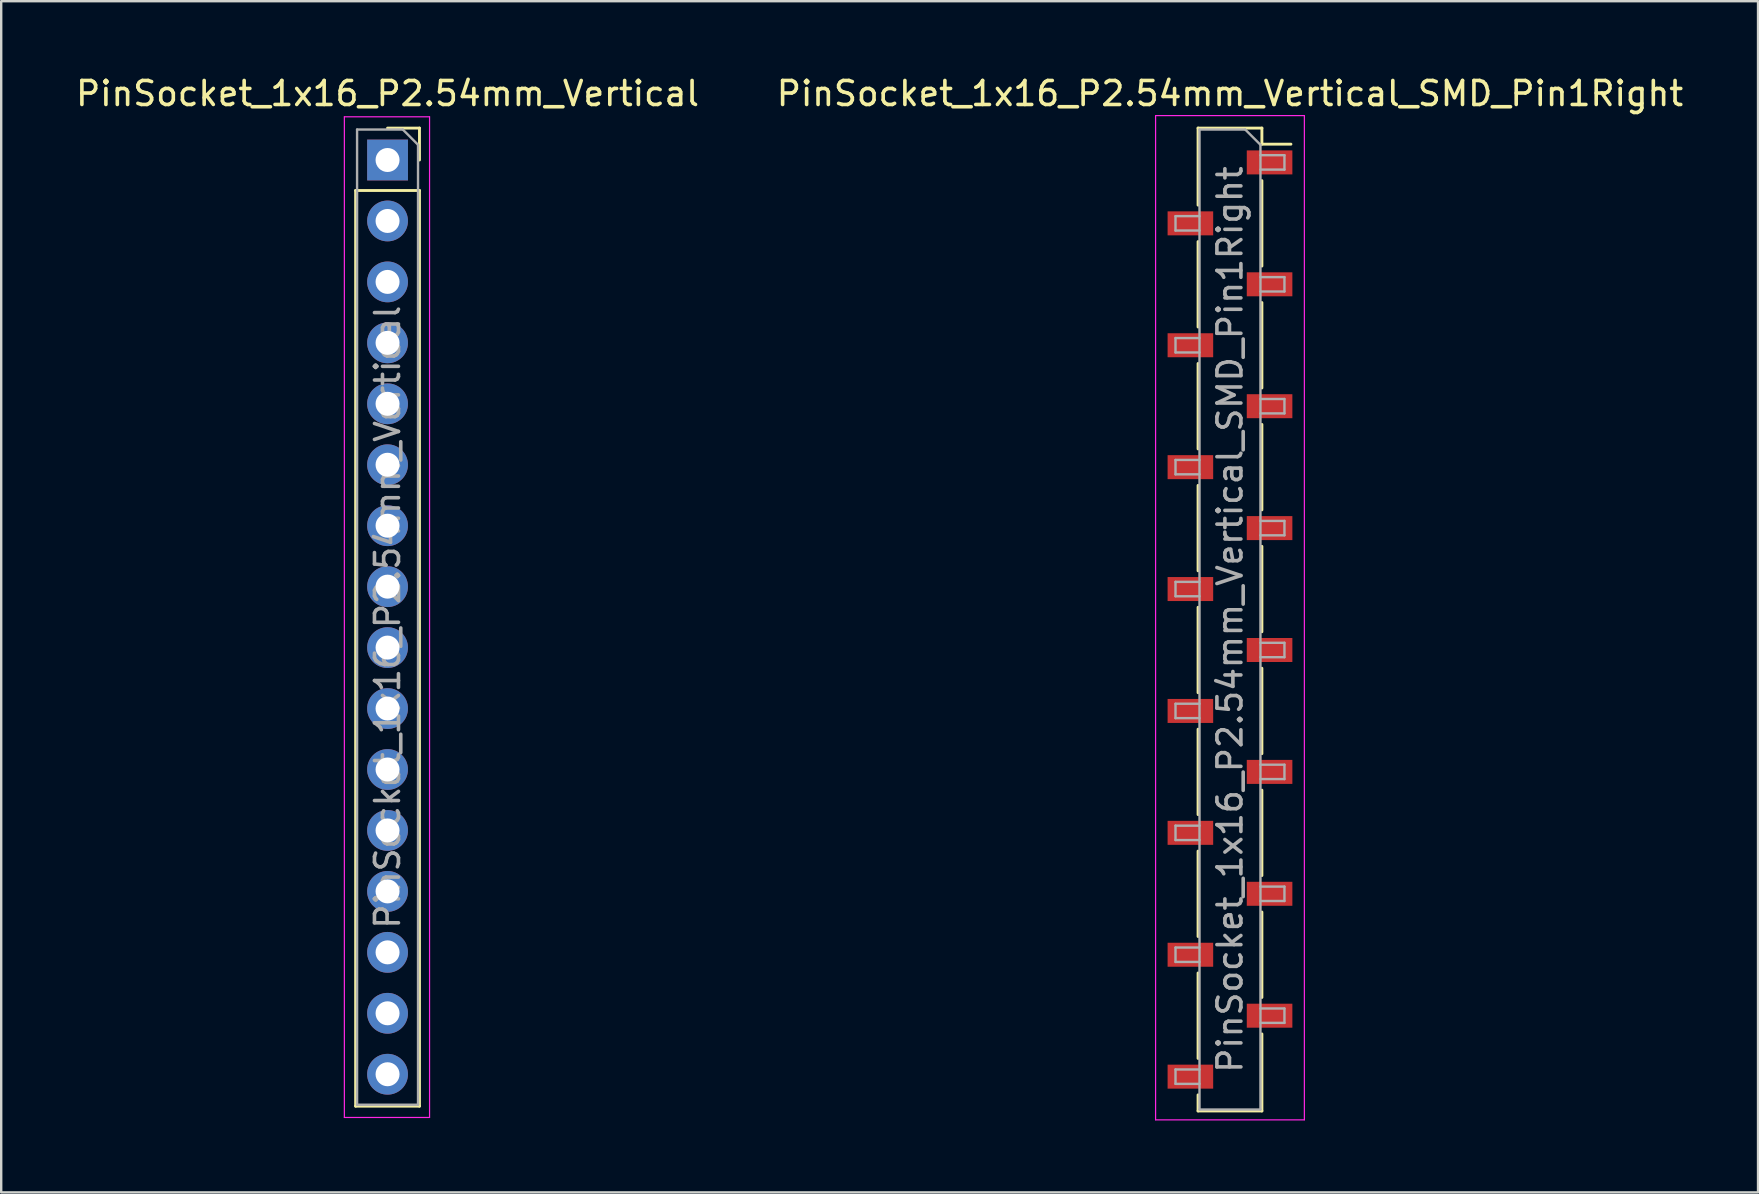
<source format=kicad_pcb>
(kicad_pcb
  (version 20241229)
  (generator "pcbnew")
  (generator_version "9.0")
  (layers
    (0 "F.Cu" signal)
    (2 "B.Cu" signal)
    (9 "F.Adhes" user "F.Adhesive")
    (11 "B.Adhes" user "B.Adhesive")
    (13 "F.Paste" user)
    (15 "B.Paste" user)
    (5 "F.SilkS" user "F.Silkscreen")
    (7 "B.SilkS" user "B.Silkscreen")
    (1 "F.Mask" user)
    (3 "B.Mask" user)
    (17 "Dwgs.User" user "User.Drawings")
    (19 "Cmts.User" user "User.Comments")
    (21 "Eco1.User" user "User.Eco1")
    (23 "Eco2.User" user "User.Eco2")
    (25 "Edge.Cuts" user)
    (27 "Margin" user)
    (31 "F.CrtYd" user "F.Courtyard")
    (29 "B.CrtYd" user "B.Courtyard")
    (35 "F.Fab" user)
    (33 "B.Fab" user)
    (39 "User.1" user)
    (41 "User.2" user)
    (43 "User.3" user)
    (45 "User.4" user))
  (footprint "PinSocket_1x16_P2.54mm_Vertical_SMD_Pin1Right"
    (layer "F.Cu")
    (at 48.208 22.768)
    (property "Reference" "PinSocket_1x16_P2.54mm_Vertical_SMD_Pin1Right" (at 0 -21.92 0) (layer "F.SilkS") (effects (font (size 1 1) (thickness 0.15))))
    (attr smd)
    (fp_line (start -1.33 -20.48) (end -1.33 -17.27) (stroke (width 0.12) (type solid)) (layer "F.SilkS"))
    (fp_line (start -1.33 -20.48) (end 1.33 -20.48) (stroke (width 0.12) (type solid)) (layer "F.SilkS"))
    (fp_line (start -1.33 -15.75) (end -1.33 -12.19) (stroke (width 0.12) (type solid)) (layer "F.SilkS"))
    (fp_line (start -1.33 -10.67) (end -1.33 -7.11) (stroke (width 0.12) (type solid)) (layer "F.SilkS"))
    (fp_line (start -1.33 -5.59) (end -1.33 -2.03) (stroke (width 0.12) (type solid)) (layer "F.SilkS"))
    (fp_line (start -1.33 -0.51) (end -1.33 3.05) (stroke (width 0.12) (type solid)) (layer "F.SilkS"))
    (fp_line (start -1.33 4.57) (end -1.33 8.13) (stroke (width 0.12) (type solid)) (layer "F.SilkS"))
    (fp_line (start -1.33 9.65) (end -1.33 13.21) (stroke (width 0.12) (type solid)) (layer "F.SilkS"))
    (fp_line (start -1.33 14.73) (end -1.33 18.29) (stroke (width 0.12) (type solid)) (layer "F.SilkS"))
    (fp_line (start -1.33 19.81) (end -1.33 20.48) (stroke (width 0.12) (type solid)) (layer "F.SilkS"))
    (fp_line (start -1.33 20.48) (end 1.33 20.48) (stroke (width 0.12) (type solid)) (layer "F.SilkS"))
    (fp_line (start 1.33 -20.48) (end 1.33 -19.81) (stroke (width 0.12) (type solid)) (layer "F.SilkS"))
    (fp_line (start 1.33 -19.81) (end 2.54 -19.81) (stroke (width 0.12) (type solid)) (layer "F.SilkS"))
    (fp_line (start 1.33 -18.29) (end 1.33 -14.73) (stroke (width 0.12) (type solid)) (layer "F.SilkS"))
    (fp_line (start 1.33 -13.21) (end 1.33 -9.65) (stroke (width 0.12) (type solid)) (layer "F.SilkS"))
    (fp_line (start 1.33 -8.13) (end 1.33 -4.57) (stroke (width 0.12) (type solid)) (layer "F.SilkS"))
    (fp_line (start 1.33 -3.05) (end 1.33 0.51) (stroke (width 0.12) (type solid)) (layer "F.SilkS"))
    (fp_line (start 1.33 2.03) (end 1.33 5.59) (stroke (width 0.12) (type solid)) (layer "F.SilkS"))
    (fp_line (start 1.33 7.11) (end 1.33 10.67) (stroke (width 0.12) (type solid)) (layer "F.SilkS"))
    (fp_line (start 1.33 12.19) (end 1.33 15.75) (stroke (width 0.12) (type solid)) (layer "F.SilkS"))
    (fp_line (start 1.33 17.27) (end 1.33 20.48) (stroke (width 0.12) (type solid)) (layer "F.SilkS"))
    (fp_line (start -3.1 -21) (end 3.1 -21) (stroke (width 0.05) (type solid)) (layer "F.CrtYd"))
    (fp_line (start -3.1 20.85) (end -3.1 -21) (stroke (width 0.05) (type solid)) (layer "F.CrtYd"))
    (fp_line (start 3.1 -21) (end 3.1 20.85) (stroke (width 0.05) (type solid)) (layer "F.CrtYd"))
    (fp_line (start 3.1 20.85) (end -3.1 20.85) (stroke (width 0.05) (type solid)) (layer "F.CrtYd"))
    (fp_line (start -2.27 -16.81) (end -1.27 -16.81) (stroke (width 0.1) (type solid)) (layer "F.Fab"))
    (fp_line (start -2.27 -16.21) (end -2.27 -16.81) (stroke (width 0.1) (type solid)) (layer "F.Fab"))
    (fp_line (start -2.27 -11.73) (end -1.27 -11.73) (stroke (width 0.1) (type solid)) (layer "F.Fab"))
    (fp_line (start -2.27 -11.13) (end -2.27 -11.73) (stroke (width 0.1) (type solid)) (layer "F.Fab"))
    (fp_line (start -2.27 -6.65) (end -1.27 -6.65) (stroke (width 0.1) (type solid)) (layer "F.Fab"))
    (fp_line (start -2.27 -6.05) (end -2.27 -6.65) (stroke (width 0.1) (type solid)) (layer "F.Fab"))
    (fp_line (start -2.27 -1.57) (end -1.27 -1.57) (stroke (width 0.1) (type solid)) (layer "F.Fab"))
    (fp_line (start -2.27 -0.97) (end -2.27 -1.57) (stroke (width 0.1) (type solid)) (layer "F.Fab"))
    (fp_line (start -2.27 3.51) (end -1.27 3.51) (stroke (width 0.1) (type solid)) (layer "F.Fab"))
    (fp_line (start -2.27 4.11) (end -2.27 3.51) (stroke (width 0.1) (type solid)) (layer "F.Fab"))
    (fp_line (start -2.27 8.59) (end -1.27 8.59) (stroke (width 0.1) (type solid)) (layer "F.Fab"))
    (fp_line (start -2.27 9.19) (end -2.27 8.59) (stroke (width 0.1) (type solid)) (layer "F.Fab"))
    (fp_line (start -2.27 13.67) (end -1.27 13.67) (stroke (width 0.1) (type solid)) (layer "F.Fab"))
    (fp_line (start -2.27 14.27) (end -2.27 13.67) (stroke (width 0.1) (type solid)) (layer "F.Fab"))
    (fp_line (start -2.27 18.75) (end -1.27 18.75) (stroke (width 0.1) (type solid)) (layer "F.Fab"))
    (fp_line (start -2.27 19.35) (end -2.27 18.75) (stroke (width 0.1) (type solid)) (layer "F.Fab"))
    (fp_line (start -1.27 -20.42) (end 0.635 -20.42) (stroke (width 0.1) (type solid)) (layer "F.Fab"))
    (fp_line (start -1.27 -16.21) (end -2.27 -16.21) (stroke (width 0.1) (type solid)) (layer "F.Fab"))
    (fp_line (start -1.27 -11.13) (end -2.27 -11.13) (stroke (width 0.1) (type solid)) (layer "F.Fab"))
    (fp_line (start -1.27 -6.05) (end -2.27 -6.05) (stroke (width 0.1) (type solid)) (layer "F.Fab"))
    (fp_line (start -1.27 -0.97) (end -2.27 -0.97) (stroke (width 0.1) (type solid)) (layer "F.Fab"))
    (fp_line (start -1.27 4.11) (end -2.27 4.11) (stroke (width 0.1) (type solid)) (layer "F.Fab"))
    (fp_line (start -1.27 9.19) (end -2.27 9.19) (stroke (width 0.1) (type solid)) (layer "F.Fab"))
    (fp_line (start -1.27 14.27) (end -2.27 14.27) (stroke (width 0.1) (type solid)) (layer "F.Fab"))
    (fp_line (start -1.27 19.35) (end -2.27 19.35) (stroke (width 0.1) (type solid)) (layer "F.Fab"))
    (fp_line (start -1.27 20.42) (end -1.27 -20.42) (stroke (width 0.1) (type solid)) (layer "F.Fab"))
    (fp_line (start 0.635 -20.42) (end 1.27 -19.785) (stroke (width 0.1) (type solid)) (layer "F.Fab"))
    (fp_line (start 1.27 -19.785) (end 1.27 20.42) (stroke (width 0.1) (type solid)) (layer "F.Fab"))
    (fp_line (start 1.27 -19.35) (end 2.27 -19.35) (stroke (width 0.1) (type solid)) (layer "F.Fab"))
    (fp_line (start 1.27 -14.27) (end 2.27 -14.27) (stroke (width 0.1) (type solid)) (layer "F.Fab"))
    (fp_line (start 1.27 -9.19) (end 2.27 -9.19) (stroke (width 0.1) (type solid)) (layer "F.Fab"))
    (fp_line (start 1.27 -4.11) (end 2.27 -4.11) (stroke (width 0.1) (type solid)) (layer "F.Fab"))
    (fp_line (start 1.27 0.97) (end 2.27 0.97) (stroke (width 0.1) (type solid)) (layer "F.Fab"))
    (fp_line (start 1.27 6.05) (end 2.27 6.05) (stroke (width 0.1) (type solid)) (layer "F.Fab"))
    (fp_line (start 1.27 11.13) (end 2.27 11.13) (stroke (width 0.1) (type solid)) (layer "F.Fab"))
    (fp_line (start 1.27 16.21) (end 2.27 16.21) (stroke (width 0.1) (type solid)) (layer "F.Fab"))
    (fp_line (start 1.27 20.42) (end -1.27 20.42) (stroke (width 0.1) (type solid)) (layer "F.Fab"))
    (fp_line (start 2.27 -19.35) (end 2.27 -18.75) (stroke (width 0.1) (type solid)) (layer "F.Fab"))
    (fp_line (start 2.27 -18.75) (end 1.27 -18.75) (stroke (width 0.1) (type solid)) (layer "F.Fab"))
    (fp_line (start 2.27 -14.27) (end 2.27 -13.67) (stroke (width 0.1) (type solid)) (layer "F.Fab"))
    (fp_line (start 2.27 -13.67) (end 1.27 -13.67) (stroke (width 0.1) (type solid)) (layer "F.Fab"))
    (fp_line (start 2.27 -9.19) (end 2.27 -8.59) (stroke (width 0.1) (type solid)) (layer "F.Fab"))
    (fp_line (start 2.27 -8.59) (end 1.27 -8.59) (stroke (width 0.1) (type solid)) (layer "F.Fab"))
    (fp_line (start 2.27 -4.11) (end 2.27 -3.51) (stroke (width 0.1) (type solid)) (layer "F.Fab"))
    (fp_line (start 2.27 -3.51) (end 1.27 -3.51) (stroke (width 0.1) (type solid)) (layer "F.Fab"))
    (fp_line (start 2.27 0.97) (end 2.27 1.57) (stroke (width 0.1) (type solid)) (layer "F.Fab"))
    (fp_line (start 2.27 1.57) (end 1.27 1.57) (stroke (width 0.1) (type solid)) (layer "F.Fab"))
    (fp_line (start 2.27 6.05) (end 2.27 6.65) (stroke (width 0.1) (type solid)) (layer "F.Fab"))
    (fp_line (start 2.27 6.65) (end 1.27 6.65) (stroke (width 0.1) (type solid)) (layer "F.Fab"))
    (fp_line (start 2.27 11.13) (end 2.27 11.73) (stroke (width 0.1) (type solid)) (layer "F.Fab"))
    (fp_line (start 2.27 11.73) (end 1.27 11.73) (stroke (width 0.1) (type solid)) (layer "F.Fab"))
    (fp_line (start 2.27 16.21) (end 2.27 16.81) (stroke (width 0.1) (type solid)) (layer "F.Fab"))
    (fp_line (start 2.27 16.81) (end 1.27 16.81) (stroke (width 0.1) (type solid)) (layer "F.Fab"))
    (fp_text user "${REFERENCE}" (at 0 0 90) (layer "F.Fab") (effects (font (size 1 1) (thickness 0.15))))
    (pad "1" smd rect (at 1.65 -19.05) (size 1.9 1) (layers "F.Cu" "F.Mask" "F.Paste"))
    (pad "2" smd rect (at -1.65 -16.51) (size 1.9 1) (layers "F.Cu" "F.Mask" "F.Paste"))
    (pad "3" smd rect (at 1.65 -13.97) (size 1.9 1) (layers "F.Cu" "F.Mask" "F.Paste"))
    (pad "4" smd rect (at -1.65 -11.43) (size 1.9 1) (layers "F.Cu" "F.Mask" "F.Paste"))
    (pad "5" smd rect (at 1.65 -8.89) (size 1.9 1) (layers "F.Cu" "F.Mask" "F.Paste"))
    (pad "6" smd rect (at -1.65 -6.35) (size 1.9 1) (layers "F.Cu" "F.Mask" "F.Paste"))
    (pad "7" smd rect (at 1.65 -3.81) (size 1.9 1) (layers "F.Cu" "F.Mask" "F.Paste"))
    (pad "8" smd rect (at -1.65 -1.27) (size 1.9 1) (layers "F.Cu" "F.Mask" "F.Paste"))
    (pad "9" smd rect (at 1.65 1.27) (size 1.9 1) (layers "F.Cu" "F.Mask" "F.Paste"))
    (pad "10" smd rect (at -1.65 3.81) (size 1.9 1) (layers "F.Cu" "F.Mask" "F.Paste"))
    (pad "11" smd rect (at 1.65 6.35) (size 1.9 1) (layers "F.Cu" "F.Mask" "F.Paste"))
    (pad "12" smd rect (at -1.65 8.89) (size 1.9 1) (layers "F.Cu" "F.Mask" "F.Paste"))
    (pad "13" smd rect (at 1.65 11.43) (size 1.9 1) (layers "F.Cu" "F.Mask" "F.Paste"))
    (pad "14" smd rect (at -1.65 13.97) (size 1.9 1) (layers "F.Cu" "F.Mask" "F.Paste"))
    (pad "15" smd rect (at 1.65 16.51) (size 1.9 1) (layers "F.Cu" "F.Mask" "F.Paste"))
    (pad "16" smd rect (at -1.65 19.05) (size 1.9 1) (layers "F.Cu" "F.Mask" "F.Paste")))
  (footprint "PinSocket_1x16_P2.54mm_Vertical"
    (layer "F.Cu")
    (at 13.101 3.618)
    (property "Reference" "PinSocket_1x16_P2.54mm_Vertical" (at 0 -2.77 0) (layer "F.SilkS") (effects (font (size 1 1) (thickness 0.15))))
    (attr through_hole)
    (fp_line (start -1.33 1.27) (end -1.33 39.43) (stroke (width 0.12) (type solid)) (layer "F.SilkS"))
    (fp_line (start -1.33 1.27) (end 1.33 1.27) (stroke (width 0.12) (type solid)) (layer "F.SilkS"))
    (fp_line (start -1.33 39.43) (end 1.33 39.43) (stroke (width 0.12) (type solid)) (layer "F.SilkS"))
    (fp_line (start 0 -1.33) (end 1.33 -1.33) (stroke (width 0.12) (type solid)) (layer "F.SilkS"))
    (fp_line (start 1.33 -1.33) (end 1.33 0) (stroke (width 0.12) (type solid)) (layer "F.SilkS"))
    (fp_line (start 1.33 1.27) (end 1.33 39.43) (stroke (width 0.12) (type solid)) (layer "F.SilkS"))
    (fp_line (start -1.8 -1.8) (end 1.75 -1.8) (stroke (width 0.05) (type solid)) (layer "F.CrtYd"))
    (fp_line (start -1.8 39.9) (end -1.8 -1.8) (stroke (width 0.05) (type solid)) (layer "F.CrtYd"))
    (fp_line (start 1.75 -1.8) (end 1.75 39.9) (stroke (width 0.05) (type solid)) (layer "F.CrtYd"))
    (fp_line (start 1.75 39.9) (end -1.8 39.9) (stroke (width 0.05) (type solid)) (layer "F.CrtYd"))
    (fp_line (start -1.27 -1.27) (end 0.635 -1.27) (stroke (width 0.1) (type solid)) (layer "F.Fab"))
    (fp_line (start -1.27 39.37) (end -1.27 -1.27) (stroke (width 0.1) (type solid)) (layer "F.Fab"))
    (fp_line (start 0.635 -1.27) (end 1.27 -0.635) (stroke (width 0.1) (type solid)) (layer "F.Fab"))
    (fp_line (start 1.27 -0.635) (end 1.27 39.37) (stroke (width 0.1) (type solid)) (layer "F.Fab"))
    (fp_line (start 1.27 39.37) (end -1.27 39.37) (stroke (width 0.1) (type solid)) (layer "F.Fab"))
    (fp_text user "${REFERENCE}" (at 0 19.05 90) (layer "F.Fab") (effects (font (size 1 1) (thickness 0.15))))
    (pad "1" thru_hole rect (at 0 0) (size 1.7 1.7) (drill 1) (layers "*.Cu" "*.Mask"))
    (pad "2" thru_hole oval (at 0 2.54) (size 1.7 1.7) (drill 1) (layers "*.Cu" "*.Mask"))
    (pad "3" thru_hole oval (at 0 5.08) (size 1.7 1.7) (drill 1) (layers "*.Cu" "*.Mask"))
    (pad "4" thru_hole oval (at 0 7.62) (size 1.7 1.7) (drill 1) (layers "*.Cu" "*.Mask"))
    (pad "5" thru_hole oval (at 0 10.16) (size 1.7 1.7) (drill 1) (layers "*.Cu" "*.Mask"))
    (pad "6" thru_hole oval (at 0 12.7) (size 1.7 1.7) (drill 1) (layers "*.Cu" "*.Mask"))
    (pad "7" thru_hole oval (at 0 15.24) (size 1.7 1.7) (drill 1) (layers "*.Cu" "*.Mask"))
    (pad "8" thru_hole oval (at 0 17.78) (size 1.7 1.7) (drill 1) (layers "*.Cu" "*.Mask"))
    (pad "9" thru_hole oval (at 0 20.32) (size 1.7 1.7) (drill 1) (layers "*.Cu" "*.Mask"))
    (pad "10" thru_hole oval (at 0 22.86) (size 1.7 1.7) (drill 1) (layers "*.Cu" "*.Mask"))
    (pad "11" thru_hole oval (at 0 25.4) (size 1.7 1.7) (drill 1) (layers "*.Cu" "*.Mask"))
    (pad "12" thru_hole oval (at 0 27.94) (size 1.7 1.7) (drill 1) (layers "*.Cu" "*.Mask"))
    (pad "13" thru_hole oval (at 0 30.48) (size 1.7 1.7) (drill 1) (layers "*.Cu" "*.Mask"))
    (pad "14" thru_hole oval (at 0 33.02) (size 1.7 1.7) (drill 1) (layers "*.Cu" "*.Mask"))
    (pad "15" thru_hole oval (at 0 35.56) (size 1.7 1.7) (drill 1) (layers "*.Cu" "*.Mask"))
    (pad "16" thru_hole oval (at 0 38.1) (size 1.7 1.7) (drill 1) (layers "*.Cu" "*.Mask")))
  (gr_rect
    (start -3 -3)
    (end 70.214 46.643)
    (stroke (width 0.1) (type default))
    (fill no)
    (layer "Edge.Cuts")))
</source>
